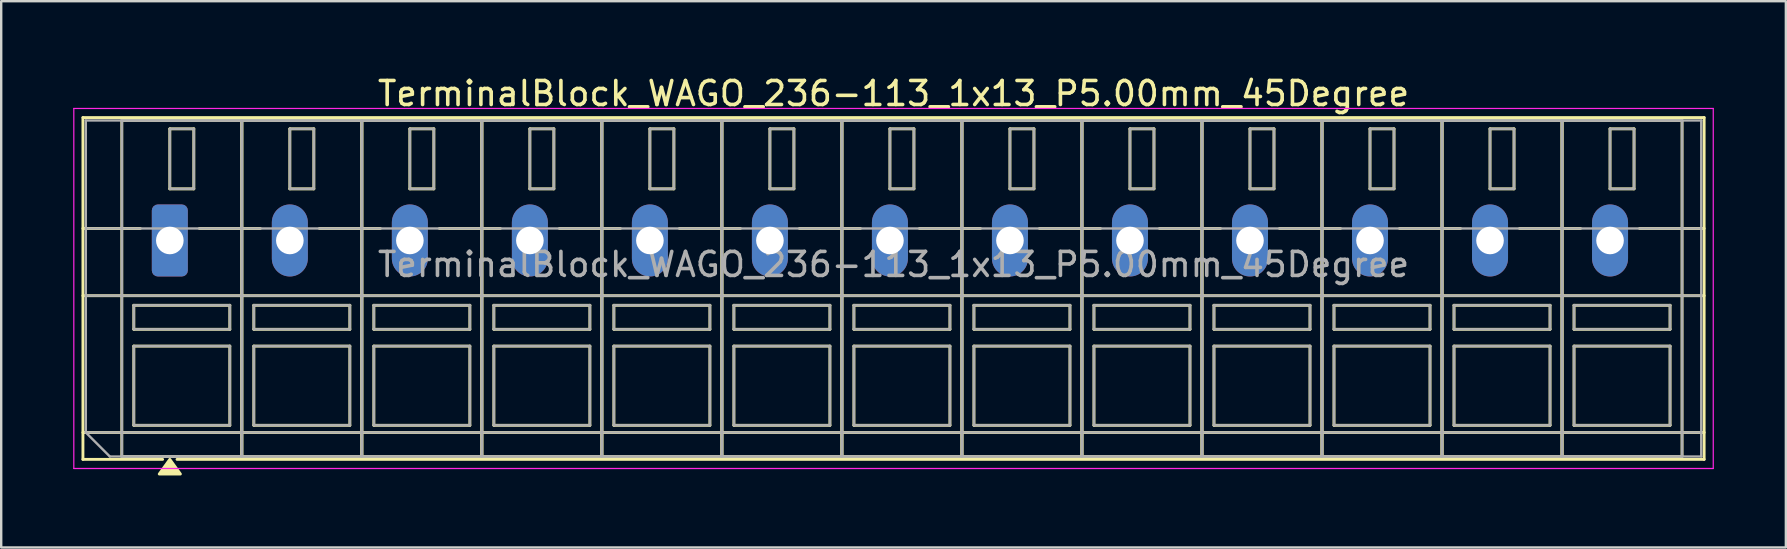
<source format=kicad_pcb>
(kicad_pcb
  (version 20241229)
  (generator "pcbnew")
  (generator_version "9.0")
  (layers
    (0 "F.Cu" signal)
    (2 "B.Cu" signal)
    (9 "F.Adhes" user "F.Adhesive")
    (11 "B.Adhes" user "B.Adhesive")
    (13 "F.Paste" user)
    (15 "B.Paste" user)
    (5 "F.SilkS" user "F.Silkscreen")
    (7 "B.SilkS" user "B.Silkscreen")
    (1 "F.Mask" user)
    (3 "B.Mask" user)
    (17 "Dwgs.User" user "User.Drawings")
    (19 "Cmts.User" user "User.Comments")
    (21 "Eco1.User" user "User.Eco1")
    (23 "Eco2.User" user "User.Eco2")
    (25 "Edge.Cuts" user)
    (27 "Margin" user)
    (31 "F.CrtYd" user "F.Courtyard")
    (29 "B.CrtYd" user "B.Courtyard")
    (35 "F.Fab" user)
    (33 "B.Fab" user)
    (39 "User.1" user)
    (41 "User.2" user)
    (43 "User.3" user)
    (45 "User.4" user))
  (footprint "TerminalBlock_WAGO_236-113_1x13_P5.00mm_45Degree"
    (layer "F.Cu")
    (at 4.025 6.968)
    (property "Reference" "TerminalBlock_WAGO_236-113_1x13_P5.00mm_45Degree" (at 30.15 -6.12 0) (layer "F.SilkS") (effects (font (size 1 1) (thickness 0.15))))
    (attr through_hole)
    (fp_line (start -3.62 -5.12) (end -3.62 9.12) (stroke (width 0.12) (type solid)) (layer "F.SilkS"))
    (fp_line (start -3.62 -5.12) (end 63.92 -5.12) (stroke (width 0.12) (type solid)) (layer "F.SilkS"))
    (fp_line (start -3.62 -0.5) (end -1.23 -0.5) (stroke (width 0.12) (type solid)) (layer "F.SilkS"))
    (fp_line (start -3.62 2.3) (end 63.92 2.3) (stroke (width 0.12) (type solid)) (layer "F.SilkS"))
    (fp_line (start -3.62 8) (end 63.92 8) (stroke (width 0.12) (type solid)) (layer "F.SilkS"))
    (fp_line (start -3.62 9.12) (end -0.3 9.12) (stroke (width 0.12) (type solid)) (layer "F.SilkS"))
    (fp_line (start -2 -5) (end -2 9) (stroke (width 0.12) (type solid)) (layer "F.SilkS"))
    (fp_line (start -2 -5) (end 3 -5) (stroke (width 0.12) (type solid)) (layer "F.SilkS"))
    (fp_line (start -2 9) (end 3 9) (stroke (width 0.12) (type solid)) (layer "F.SilkS"))
    (fp_line (start -1.5 2.7) (end -1.5 3.7) (stroke (width 0.12) (type solid)) (layer "F.SilkS"))
    (fp_line (start -1.5 2.7) (end 2.5 2.7) (stroke (width 0.12) (type solid)) (layer "F.SilkS"))
    (fp_line (start -1.5 3.7) (end 2.5 3.7) (stroke (width 0.12) (type solid)) (layer "F.SilkS"))
    (fp_line (start -1.5 4.4) (end -1.5 7.7) (stroke (width 0.12) (type solid)) (layer "F.SilkS"))
    (fp_line (start -1.5 4.4) (end 2.5 4.4) (stroke (width 0.12) (type solid)) (layer "F.SilkS"))
    (fp_line (start -1.5 7.7) (end 2.5 7.7) (stroke (width 0.12) (type solid)) (layer "F.SilkS"))
    (fp_line (start 0 -4.65) (end 0 -2.15) (stroke (width 0.12) (type solid)) (layer "F.SilkS"))
    (fp_line (start 0 -4.65) (end 1 -4.65) (stroke (width 0.12) (type solid)) (layer "F.SilkS"))
    (fp_line (start 0 -2.15) (end 1 -2.15) (stroke (width 0.12) (type solid)) (layer "F.SilkS"))
    (fp_line (start 0.3 9.12) (end 63.92 9.12) (stroke (width 0.12) (type solid)) (layer "F.SilkS"))
    (fp_line (start 1 -4.65) (end 1 -2.15) (stroke (width 0.12) (type solid)) (layer "F.SilkS"))
    (fp_line (start 1.23 -0.5) (end 3.77 -0.5) (stroke (width 0.12) (type solid)) (layer "F.SilkS"))
    (fp_line (start 2.5 2.7) (end 2.5 3.7) (stroke (width 0.12) (type solid)) (layer "F.SilkS"))
    (fp_line (start 2.5 4.4) (end 2.5 7.7) (stroke (width 0.12) (type solid)) (layer "F.SilkS"))
    (fp_line (start 3 -5) (end 3 9) (stroke (width 0.12) (type solid)) (layer "F.SilkS"))
    (fp_line (start 3 -5) (end 3 9) (stroke (width 0.12) (type solid)) (layer "F.SilkS"))
    (fp_line (start 3 -5) (end 8 -5) (stroke (width 0.12) (type solid)) (layer "F.SilkS"))
    (fp_line (start 3 9) (end 8 9) (stroke (width 0.12) (type solid)) (layer "F.SilkS"))
    (fp_line (start 3.5 2.7) (end 3.5 3.7) (stroke (width 0.12) (type solid)) (layer "F.SilkS"))
    (fp_line (start 3.5 2.7) (end 7.5 2.7) (stroke (width 0.12) (type solid)) (layer "F.SilkS"))
    (fp_line (start 3.5 3.7) (end 7.5 3.7) (stroke (width 0.12) (type solid)) (layer "F.SilkS"))
    (fp_line (start 3.5 4.4) (end 3.5 7.7) (stroke (width 0.12) (type solid)) (layer "F.SilkS"))
    (fp_line (start 3.5 4.4) (end 7.5 4.4) (stroke (width 0.12) (type solid)) (layer "F.SilkS"))
    (fp_line (start 3.5 7.7) (end 7.5 7.7) (stroke (width 0.12) (type solid)) (layer "F.SilkS"))
    (fp_line (start 5 -4.65) (end 5 -2.15) (stroke (width 0.12) (type solid)) (layer "F.SilkS"))
    (fp_line (start 5 -4.65) (end 6 -4.65) (stroke (width 0.12) (type solid)) (layer "F.SilkS"))
    (fp_line (start 5 -2.15) (end 6 -2.15) (stroke (width 0.12) (type solid)) (layer "F.SilkS"))
    (fp_line (start 6 -4.65) (end 6 -2.15) (stroke (width 0.12) (type solid)) (layer "F.SilkS"))
    (fp_line (start 6.23 -0.5) (end 8.77 -0.5) (stroke (width 0.12) (type solid)) (layer "F.SilkS"))
    (fp_line (start 7.5 2.7) (end 7.5 3.7) (stroke (width 0.12) (type solid)) (layer "F.SilkS"))
    (fp_line (start 7.5 4.4) (end 7.5 7.7) (stroke (width 0.12) (type solid)) (layer "F.SilkS"))
    (fp_line (start 8 -5) (end 8 9) (stroke (width 0.12) (type solid)) (layer "F.SilkS"))
    (fp_line (start 8 -5) (end 8 9) (stroke (width 0.12) (type solid)) (layer "F.SilkS"))
    (fp_line (start 8 -5) (end 13 -5) (stroke (width 0.12) (type solid)) (layer "F.SilkS"))
    (fp_line (start 8 9) (end 13 9) (stroke (width 0.12) (type solid)) (layer "F.SilkS"))
    (fp_line (start 8.5 2.7) (end 8.5 3.7) (stroke (width 0.12) (type solid)) (layer "F.SilkS"))
    (fp_line (start 8.5 2.7) (end 12.5 2.7) (stroke (width 0.12) (type solid)) (layer "F.SilkS"))
    (fp_line (start 8.5 3.7) (end 12.5 3.7) (stroke (width 0.12) (type solid)) (layer "F.SilkS"))
    (fp_line (start 8.5 4.4) (end 8.5 7.7) (stroke (width 0.12) (type solid)) (layer "F.SilkS"))
    (fp_line (start 8.5 4.4) (end 12.5 4.4) (stroke (width 0.12) (type solid)) (layer "F.SilkS"))
    (fp_line (start 8.5 7.7) (end 12.5 7.7) (stroke (width 0.12) (type solid)) (layer "F.SilkS"))
    (fp_line (start 10 -4.65) (end 10 -2.15) (stroke (width 0.12) (type solid)) (layer "F.SilkS"))
    (fp_line (start 10 -4.65) (end 11 -4.65) (stroke (width 0.12) (type solid)) (layer "F.SilkS"))
    (fp_line (start 10 -2.15) (end 11 -2.15) (stroke (width 0.12) (type solid)) (layer "F.SilkS"))
    (fp_line (start 11 -4.65) (end 11 -2.15) (stroke (width 0.12) (type solid)) (layer "F.SilkS"))
    (fp_line (start 11.23 -0.5) (end 13.77 -0.5) (stroke (width 0.12) (type solid)) (layer "F.SilkS"))
    (fp_line (start 12.5 2.7) (end 12.5 3.7) (stroke (width 0.12) (type solid)) (layer "F.SilkS"))
    (fp_line (start 12.5 4.4) (end 12.5 7.7) (stroke (width 0.12) (type solid)) (layer "F.SilkS"))
    (fp_line (start 13 -5) (end 13 9) (stroke (width 0.12) (type solid)) (layer "F.SilkS"))
    (fp_line (start 13 -5) (end 13 9) (stroke (width 0.12) (type solid)) (layer "F.SilkS"))
    (fp_line (start 13 -5) (end 18 -5) (stroke (width 0.12) (type solid)) (layer "F.SilkS"))
    (fp_line (start 13 9) (end 18 9) (stroke (width 0.12) (type solid)) (layer "F.SilkS"))
    (fp_line (start 13.5 2.7) (end 13.5 3.7) (stroke (width 0.12) (type solid)) (layer "F.SilkS"))
    (fp_line (start 13.5 2.7) (end 17.5 2.7) (stroke (width 0.12) (type solid)) (layer "F.SilkS"))
    (fp_line (start 13.5 3.7) (end 17.5 3.7) (stroke (width 0.12) (type solid)) (layer "F.SilkS"))
    (fp_line (start 13.5 4.4) (end 13.5 7.7) (stroke (width 0.12) (type solid)) (layer "F.SilkS"))
    (fp_line (start 13.5 4.4) (end 17.5 4.4) (stroke (width 0.12) (type solid)) (layer "F.SilkS"))
    (fp_line (start 13.5 7.7) (end 17.5 7.7) (stroke (width 0.12) (type solid)) (layer "F.SilkS"))
    (fp_line (start 15 -4.65) (end 15 -2.15) (stroke (width 0.12) (type solid)) (layer "F.SilkS"))
    (fp_line (start 15 -4.65) (end 16 -4.65) (stroke (width 0.12) (type solid)) (layer "F.SilkS"))
    (fp_line (start 15 -2.15) (end 16 -2.15) (stroke (width 0.12) (type solid)) (layer "F.SilkS"))
    (fp_line (start 16 -4.65) (end 16 -2.15) (stroke (width 0.12) (type solid)) (layer "F.SilkS"))
    (fp_line (start 16.23 -0.5) (end 18.77 -0.5) (stroke (width 0.12) (type solid)) (layer "F.SilkS"))
    (fp_line (start 17.5 2.7) (end 17.5 3.7) (stroke (width 0.12) (type solid)) (layer "F.SilkS"))
    (fp_line (start 17.5 4.4) (end 17.5 7.7) (stroke (width 0.12) (type solid)) (layer "F.SilkS"))
    (fp_line (start 18 -5) (end 18 9) (stroke (width 0.12) (type solid)) (layer "F.SilkS"))
    (fp_line (start 18 -5) (end 18 9) (stroke (width 0.12) (type solid)) (layer "F.SilkS"))
    (fp_line (start 18 -5) (end 23 -5) (stroke (width 0.12) (type solid)) (layer "F.SilkS"))
    (fp_line (start 18 9) (end 23 9) (stroke (width 0.12) (type solid)) (layer "F.SilkS"))
    (fp_line (start 18.5 2.7) (end 18.5 3.7) (stroke (width 0.12) (type solid)) (layer "F.SilkS"))
    (fp_line (start 18.5 2.7) (end 22.5 2.7) (stroke (width 0.12) (type solid)) (layer "F.SilkS"))
    (fp_line (start 18.5 3.7) (end 22.5 3.7) (stroke (width 0.12) (type solid)) (layer "F.SilkS"))
    (fp_line (start 18.5 4.4) (end 18.5 7.7) (stroke (width 0.12) (type solid)) (layer "F.SilkS"))
    (fp_line (start 18.5 4.4) (end 22.5 4.4) (stroke (width 0.12) (type solid)) (layer "F.SilkS"))
    (fp_line (start 18.5 7.7) (end 22.5 7.7) (stroke (width 0.12) (type solid)) (layer "F.SilkS"))
    (fp_line (start 20 -4.65) (end 20 -2.15) (stroke (width 0.12) (type solid)) (layer "F.SilkS"))
    (fp_line (start 20 -4.65) (end 21 -4.65) (stroke (width 0.12) (type solid)) (layer "F.SilkS"))
    (fp_line (start 20 -2.15) (end 21 -2.15) (stroke (width 0.12) (type solid)) (layer "F.SilkS"))
    (fp_line (start 21 -4.65) (end 21 -2.15) (stroke (width 0.12) (type solid)) (layer "F.SilkS"))
    (fp_line (start 21.23 -0.5) (end 23.77 -0.5) (stroke (width 0.12) (type solid)) (layer "F.SilkS"))
    (fp_line (start 22.5 2.7) (end 22.5 3.7) (stroke (width 0.12) (type solid)) (layer "F.SilkS"))
    (fp_line (start 22.5 4.4) (end 22.5 7.7) (stroke (width 0.12) (type solid)) (layer "F.SilkS"))
    (fp_line (start 23 -5) (end 23 9) (stroke (width 0.12) (type solid)) (layer "F.SilkS"))
    (fp_line (start 23 -5) (end 23 9) (stroke (width 0.12) (type solid)) (layer "F.SilkS"))
    (fp_line (start 23 -5) (end 28 -5) (stroke (width 0.12) (type solid)) (layer "F.SilkS"))
    (fp_line (start 23 9) (end 28 9) (stroke (width 0.12) (type solid)) (layer "F.SilkS"))
    (fp_line (start 23.5 2.7) (end 23.5 3.7) (stroke (width 0.12) (type solid)) (layer "F.SilkS"))
    (fp_line (start 23.5 2.7) (end 27.5 2.7) (stroke (width 0.12) (type solid)) (layer "F.SilkS"))
    (fp_line (start 23.5 3.7) (end 27.5 3.7) (stroke (width 0.12) (type solid)) (layer "F.SilkS"))
    (fp_line (start 23.5 4.4) (end 23.5 7.7) (stroke (width 0.12) (type solid)) (layer "F.SilkS"))
    (fp_line (start 23.5 4.4) (end 27.5 4.4) (stroke (width 0.12) (type solid)) (layer "F.SilkS"))
    (fp_line (start 23.5 7.7) (end 27.5 7.7) (stroke (width 0.12) (type solid)) (layer "F.SilkS"))
    (fp_line (start 25 -4.65) (end 25 -2.15) (stroke (width 0.12) (type solid)) (layer "F.SilkS"))
    (fp_line (start 25 -4.65) (end 26 -4.65) (stroke (width 0.12) (type solid)) (layer "F.SilkS"))
    (fp_line (start 25 -2.15) (end 26 -2.15) (stroke (width 0.12) (type solid)) (layer "F.SilkS"))
    (fp_line (start 26 -4.65) (end 26 -2.15) (stroke (width 0.12) (type solid)) (layer "F.SilkS"))
    (fp_line (start 26.23 -0.5) (end 28.77 -0.5) (stroke (width 0.12) (type solid)) (layer "F.SilkS"))
    (fp_line (start 27.5 2.7) (end 27.5 3.7) (stroke (width 0.12) (type solid)) (layer "F.SilkS"))
    (fp_line (start 27.5 4.4) (end 27.5 7.7) (stroke (width 0.12) (type solid)) (layer "F.SilkS"))
    (fp_line (start 28 -5) (end 28 9) (stroke (width 0.12) (type solid)) (layer "F.SilkS"))
    (fp_line (start 28 -5) (end 28 9) (stroke (width 0.12) (type solid)) (layer "F.SilkS"))
    (fp_line (start 28 -5) (end 33 -5) (stroke (width 0.12) (type solid)) (layer "F.SilkS"))
    (fp_line (start 28 9) (end 33 9) (stroke (width 0.12) (type solid)) (layer "F.SilkS"))
    (fp_line (start 28.5 2.7) (end 28.5 3.7) (stroke (width 0.12) (type solid)) (layer "F.SilkS"))
    (fp_line (start 28.5 2.7) (end 32.5 2.7) (stroke (width 0.12) (type solid)) (layer "F.SilkS"))
    (fp_line (start 28.5 3.7) (end 32.5 3.7) (stroke (width 0.12) (type solid)) (layer "F.SilkS"))
    (fp_line (start 28.5 4.4) (end 28.5 7.7) (stroke (width 0.12) (type solid)) (layer "F.SilkS"))
    (fp_line (start 28.5 4.4) (end 32.5 4.4) (stroke (width 0.12) (type solid)) (layer "F.SilkS"))
    (fp_line (start 28.5 7.7) (end 32.5 7.7) (stroke (width 0.12) (type solid)) (layer "F.SilkS"))
    (fp_line (start 30 -4.65) (end 30 -2.15) (stroke (width 0.12) (type solid)) (layer "F.SilkS"))
    (fp_line (start 30 -4.65) (end 31 -4.65) (stroke (width 0.12) (type solid)) (layer "F.SilkS"))
    (fp_line (start 30 -2.15) (end 31 -2.15) (stroke (width 0.12) (type solid)) (layer "F.SilkS"))
    (fp_line (start 31 -4.65) (end 31 -2.15) (stroke (width 0.12) (type solid)) (layer "F.SilkS"))
    (fp_line (start 31.23 -0.5) (end 33.77 -0.5) (stroke (width 0.12) (type solid)) (layer "F.SilkS"))
    (fp_line (start 32.5 2.7) (end 32.5 3.7) (stroke (width 0.12) (type solid)) (layer "F.SilkS"))
    (fp_line (start 32.5 4.4) (end 32.5 7.7) (stroke (width 0.12) (type solid)) (layer "F.SilkS"))
    (fp_line (start 33 -5) (end 33 9) (stroke (width 0.12) (type solid)) (layer "F.SilkS"))
    (fp_line (start 33 -5) (end 33 9) (stroke (width 0.12) (type solid)) (layer "F.SilkS"))
    (fp_line (start 33 -5) (end 38 -5) (stroke (width 0.12) (type solid)) (layer "F.SilkS"))
    (fp_line (start 33 9) (end 38 9) (stroke (width 0.12) (type solid)) (layer "F.SilkS"))
    (fp_line (start 33.5 2.7) (end 33.5 3.7) (stroke (width 0.12) (type solid)) (layer "F.SilkS"))
    (fp_line (start 33.5 2.7) (end 37.5 2.7) (stroke (width 0.12) (type solid)) (layer "F.SilkS"))
    (fp_line (start 33.5 3.7) (end 37.5 3.7) (stroke (width 0.12) (type solid)) (layer "F.SilkS"))
    (fp_line (start 33.5 4.4) (end 33.5 7.7) (stroke (width 0.12) (type solid)) (layer "F.SilkS"))
    (fp_line (start 33.5 4.4) (end 37.5 4.4) (stroke (width 0.12) (type solid)) (layer "F.SilkS"))
    (fp_line (start 33.5 7.7) (end 37.5 7.7) (stroke (width 0.12) (type solid)) (layer "F.SilkS"))
    (fp_line (start 35 -4.65) (end 35 -2.15) (stroke (width 0.12) (type solid)) (layer "F.SilkS"))
    (fp_line (start 35 -4.65) (end 36 -4.65) (stroke (width 0.12) (type solid)) (layer "F.SilkS"))
    (fp_line (start 35 -2.15) (end 36 -2.15) (stroke (width 0.12) (type solid)) (layer "F.SilkS"))
    (fp_line (start 36 -4.65) (end 36 -2.15) (stroke (width 0.12) (type solid)) (layer "F.SilkS"))
    (fp_line (start 36.23 -0.5) (end 38.77 -0.5) (stroke (width 0.12) (type solid)) (layer "F.SilkS"))
    (fp_line (start 37.5 2.7) (end 37.5 3.7) (stroke (width 0.12) (type solid)) (layer "F.SilkS"))
    (fp_line (start 37.5 4.4) (end 37.5 7.7) (stroke (width 0.12) (type solid)) (layer "F.SilkS"))
    (fp_line (start 38 -5) (end 38 9) (stroke (width 0.12) (type solid)) (layer "F.SilkS"))
    (fp_line (start 38 -5) (end 38 9) (stroke (width 0.12) (type solid)) (layer "F.SilkS"))
    (fp_line (start 38 -5) (end 43 -5) (stroke (width 0.12) (type solid)) (layer "F.SilkS"))
    (fp_line (start 38 9) (end 43 9) (stroke (width 0.12) (type solid)) (layer "F.SilkS"))
    (fp_line (start 38.5 2.7) (end 38.5 3.7) (stroke (width 0.12) (type solid)) (layer "F.SilkS"))
    (fp_line (start 38.5 2.7) (end 42.5 2.7) (stroke (width 0.12) (type solid)) (layer "F.SilkS"))
    (fp_line (start 38.5 3.7) (end 42.5 3.7) (stroke (width 0.12) (type solid)) (layer "F.SilkS"))
    (fp_line (start 38.5 4.4) (end 38.5 7.7) (stroke (width 0.12) (type solid)) (layer "F.SilkS"))
    (fp_line (start 38.5 4.4) (end 42.5 4.4) (stroke (width 0.12) (type solid)) (layer "F.SilkS"))
    (fp_line (start 38.5 7.7) (end 42.5 7.7) (stroke (width 0.12) (type solid)) (layer "F.SilkS"))
    (fp_line (start 40 -4.65) (end 40 -2.15) (stroke (width 0.12) (type solid)) (layer "F.SilkS"))
    (fp_line (start 40 -4.65) (end 41 -4.65) (stroke (width 0.12) (type solid)) (layer "F.SilkS"))
    (fp_line (start 40 -2.15) (end 41 -2.15) (stroke (width 0.12) (type solid)) (layer "F.SilkS"))
    (fp_line (start 41 -4.65) (end 41 -2.15) (stroke (width 0.12) (type solid)) (layer "F.SilkS"))
    (fp_line (start 41.23 -0.5) (end 43.77 -0.5) (stroke (width 0.12) (type solid)) (layer "F.SilkS"))
    (fp_line (start 42.5 2.7) (end 42.5 3.7) (stroke (width 0.12) (type solid)) (layer "F.SilkS"))
    (fp_line (start 42.5 4.4) (end 42.5 7.7) (stroke (width 0.12) (type solid)) (layer "F.SilkS"))
    (fp_line (start 43 -5) (end 43 9) (stroke (width 0.12) (type solid)) (layer "F.SilkS"))
    (fp_line (start 43 -5) (end 43 9) (stroke (width 0.12) (type solid)) (layer "F.SilkS"))
    (fp_line (start 43 -5) (end 48 -5) (stroke (width 0.12) (type solid)) (layer "F.SilkS"))
    (fp_line (start 43 9) (end 48 9) (stroke (width 0.12) (type solid)) (layer "F.SilkS"))
    (fp_line (start 43.5 2.7) (end 43.5 3.7) (stroke (width 0.12) (type solid)) (layer "F.SilkS"))
    (fp_line (start 43.5 2.7) (end 47.5 2.7) (stroke (width 0.12) (type solid)) (layer "F.SilkS"))
    (fp_line (start 43.5 3.7) (end 47.5 3.7) (stroke (width 0.12) (type solid)) (layer "F.SilkS"))
    (fp_line (start 43.5 4.4) (end 43.5 7.7) (stroke (width 0.12) (type solid)) (layer "F.SilkS"))
    (fp_line (start 43.5 4.4) (end 47.5 4.4) (stroke (width 0.12) (type solid)) (layer "F.SilkS"))
    (fp_line (start 43.5 7.7) (end 47.5 7.7) (stroke (width 0.12) (type solid)) (layer "F.SilkS"))
    (fp_line (start 45 -4.65) (end 45 -2.15) (stroke (width 0.12) (type solid)) (layer "F.SilkS"))
    (fp_line (start 45 -4.65) (end 46 -4.65) (stroke (width 0.12) (type solid)) (layer "F.SilkS"))
    (fp_line (start 45 -2.15) (end 46 -2.15) (stroke (width 0.12) (type solid)) (layer "F.SilkS"))
    (fp_line (start 46 -4.65) (end 46 -2.15) (stroke (width 0.12) (type solid)) (layer "F.SilkS"))
    (fp_line (start 46.23 -0.5) (end 48.77 -0.5) (stroke (width 0.12) (type solid)) (layer "F.SilkS"))
    (fp_line (start 47.5 2.7) (end 47.5 3.7) (stroke (width 0.12) (type solid)) (layer "F.SilkS"))
    (fp_line (start 47.5 4.4) (end 47.5 7.7) (stroke (width 0.12) (type solid)) (layer "F.SilkS"))
    (fp_line (start 48 -5) (end 48 9) (stroke (width 0.12) (type solid)) (layer "F.SilkS"))
    (fp_line (start 48 -5) (end 48 9) (stroke (width 0.12) (type solid)) (layer "F.SilkS"))
    (fp_line (start 48 -5) (end 53 -5) (stroke (width 0.12) (type solid)) (layer "F.SilkS"))
    (fp_line (start 48 9) (end 53 9) (stroke (width 0.12) (type solid)) (layer "F.SilkS"))
    (fp_line (start 48.5 2.7) (end 48.5 3.7) (stroke (width 0.12) (type solid)) (layer "F.SilkS"))
    (fp_line (start 48.5 2.7) (end 52.5 2.7) (stroke (width 0.12) (type solid)) (layer "F.SilkS"))
    (fp_line (start 48.5 3.7) (end 52.5 3.7) (stroke (width 0.12) (type solid)) (layer "F.SilkS"))
    (fp_line (start 48.5 4.4) (end 48.5 7.7) (stroke (width 0.12) (type solid)) (layer "F.SilkS"))
    (fp_line (start 48.5 4.4) (end 52.5 4.4) (stroke (width 0.12) (type solid)) (layer "F.SilkS"))
    (fp_line (start 48.5 7.7) (end 52.5 7.7) (stroke (width 0.12) (type solid)) (layer "F.SilkS"))
    (fp_line (start 50 -4.65) (end 50 -2.15) (stroke (width 0.12) (type solid)) (layer "F.SilkS"))
    (fp_line (start 50 -4.65) (end 51 -4.65) (stroke (width 0.12) (type solid)) (layer "F.SilkS"))
    (fp_line (start 50 -2.15) (end 51 -2.15) (stroke (width 0.12) (type solid)) (layer "F.SilkS"))
    (fp_line (start 51 -4.65) (end 51 -2.15) (stroke (width 0.12) (type solid)) (layer "F.SilkS"))
    (fp_line (start 51.23 -0.5) (end 53.77 -0.5) (stroke (width 0.12) (type solid)) (layer "F.SilkS"))
    (fp_line (start 52.5 2.7) (end 52.5 3.7) (stroke (width 0.12) (type solid)) (layer "F.SilkS"))
    (fp_line (start 52.5 4.4) (end 52.5 7.7) (stroke (width 0.12) (type solid)) (layer "F.SilkS"))
    (fp_line (start 53 -5) (end 53 9) (stroke (width 0.12) (type solid)) (layer "F.SilkS"))
    (fp_line (start 53 -5) (end 53 9) (stroke (width 0.12) (type solid)) (layer "F.SilkS"))
    (fp_line (start 53 -5) (end 58 -5) (stroke (width 0.12) (type solid)) (layer "F.SilkS"))
    (fp_line (start 53 9) (end 58 9) (stroke (width 0.12) (type solid)) (layer "F.SilkS"))
    (fp_line (start 53.5 2.7) (end 53.5 3.7) (stroke (width 0.12) (type solid)) (layer "F.SilkS"))
    (fp_line (start 53.5 2.7) (end 57.5 2.7) (stroke (width 0.12) (type solid)) (layer "F.SilkS"))
    (fp_line (start 53.5 3.7) (end 57.5 3.7) (stroke (width 0.12) (type solid)) (layer "F.SilkS"))
    (fp_line (start 53.5 4.4) (end 53.5 7.7) (stroke (width 0.12) (type solid)) (layer "F.SilkS"))
    (fp_line (start 53.5 4.4) (end 57.5 4.4) (stroke (width 0.12) (type solid)) (layer "F.SilkS"))
    (fp_line (start 53.5 7.7) (end 57.5 7.7) (stroke (width 0.12) (type solid)) (layer "F.SilkS"))
    (fp_line (start 55 -4.65) (end 55 -2.15) (stroke (width 0.12) (type solid)) (layer "F.SilkS"))
    (fp_line (start 55 -4.65) (end 56 -4.65) (stroke (width 0.12) (type solid)) (layer "F.SilkS"))
    (fp_line (start 55 -2.15) (end 56 -2.15) (stroke (width 0.12) (type solid)) (layer "F.SilkS"))
    (fp_line (start 56 -4.65) (end 56 -2.15) (stroke (width 0.12) (type solid)) (layer "F.SilkS"))
    (fp_line (start 56.23 -0.5) (end 58.77 -0.5) (stroke (width 0.12) (type solid)) (layer "F.SilkS"))
    (fp_line (start 57.5 2.7) (end 57.5 3.7) (stroke (width 0.12) (type solid)) (layer "F.SilkS"))
    (fp_line (start 57.5 4.4) (end 57.5 7.7) (stroke (width 0.12) (type solid)) (layer "F.SilkS"))
    (fp_line (start 58 -5) (end 58 9) (stroke (width 0.12) (type solid)) (layer "F.SilkS"))
    (fp_line (start 58 -5) (end 58 9) (stroke (width 0.12) (type solid)) (layer "F.SilkS"))
    (fp_line (start 58 -5) (end 63 -5) (stroke (width 0.12) (type solid)) (layer "F.SilkS"))
    (fp_line (start 58 9) (end 63 9) (stroke (width 0.12) (type solid)) (layer "F.SilkS"))
    (fp_line (start 58.5 2.7) (end 58.5 3.7) (stroke (width 0.12) (type solid)) (layer "F.SilkS"))
    (fp_line (start 58.5 2.7) (end 62.5 2.7) (stroke (width 0.12) (type solid)) (layer "F.SilkS"))
    (fp_line (start 58.5 3.7) (end 62.5 3.7) (stroke (width 0.12) (type solid)) (layer "F.SilkS"))
    (fp_line (start 58.5 4.4) (end 58.5 7.7) (stroke (width 0.12) (type solid)) (layer "F.SilkS"))
    (fp_line (start 58.5 4.4) (end 62.5 4.4) (stroke (width 0.12) (type solid)) (layer "F.SilkS"))
    (fp_line (start 58.5 7.7) (end 62.5 7.7) (stroke (width 0.12) (type solid)) (layer "F.SilkS"))
    (fp_line (start 60 -4.65) (end 60 -2.15) (stroke (width 0.12) (type solid)) (layer "F.SilkS"))
    (fp_line (start 60 -4.65) (end 61 -4.65) (stroke (width 0.12) (type solid)) (layer "F.SilkS"))
    (fp_line (start 60 -2.15) (end 61 -2.15) (stroke (width 0.12) (type solid)) (layer "F.SilkS"))
    (fp_line (start 61 -4.65) (end 61 -2.15) (stroke (width 0.12) (type solid)) (layer "F.SilkS"))
    (fp_line (start 61.23 -0.5) (end 63.92 -0.5) (stroke (width 0.12) (type solid)) (layer "F.SilkS"))
    (fp_line (start 62.5 2.7) (end 62.5 3.7) (stroke (width 0.12) (type solid)) (layer "F.SilkS"))
    (fp_line (start 62.5 4.4) (end 62.5 7.7) (stroke (width 0.12) (type solid)) (layer "F.SilkS"))
    (fp_line (start 63 -5) (end 63 9) (stroke (width 0.12) (type solid)) (layer "F.SilkS"))
    (fp_line (start 63.92 -5.12) (end 63.92 9.12) (stroke (width 0.12) (type solid)) (layer "F.SilkS"))
    (fp_poly (pts (xy 0 9.12) (xy 0.44 9.73) (xy -0.44 9.73)) (stroke (width 0.12) (type solid)) (fill yes) (layer "F.SilkS"))
    (fp_line (start -4 -5.5) (end -4 9.5) (stroke (width 0.05) (type solid)) (layer "F.CrtYd"))
    (fp_line (start -4 9.5) (end 64.3 9.5) (stroke (width 0.05) (type solid)) (layer "F.CrtYd"))
    (fp_line (start 64.3 -5.5) (end -4 -5.5) (stroke (width 0.05) (type solid)) (layer "F.CrtYd"))
    (fp_line (start 64.3 9.5) (end 64.3 -5.5) (stroke (width 0.05) (type solid)) (layer "F.CrtYd"))
    (fp_line (start -3.5 -5) (end 63.8 -5) (stroke (width 0.1) (type solid)) (layer "F.Fab"))
    (fp_line (start -3.5 -0.5) (end 63.8 -0.5) (stroke (width 0.1) (type solid)) (layer "F.Fab"))
    (fp_line (start -3.5 2.3) (end 63.8 2.3) (stroke (width 0.1) (type solid)) (layer "F.Fab"))
    (fp_line (start -3.5 8) (end -3.5 -5) (stroke (width 0.1) (type solid)) (layer "F.Fab"))
    (fp_line (start -3.5 8) (end 63.8 8) (stroke (width 0.1) (type solid)) (layer "F.Fab"))
    (fp_line (start -2.5 9) (end -3.5 8) (stroke (width 0.1) (type solid)) (layer "F.Fab"))
    (fp_line (start -2 -5) (end -2 9) (stroke (width 0.1) (type solid)) (layer "F.Fab"))
    (fp_line (start -2 9) (end 3 9) (stroke (width 0.1) (type solid)) (layer "F.Fab"))
    (fp_line (start -1.5 2.7) (end -1.5 3.7) (stroke (width 0.1) (type solid)) (layer "F.Fab"))
    (fp_line (start -1.5 3.7) (end 2.5 3.7) (stroke (width 0.1) (type solid)) (layer "F.Fab"))
    (fp_line (start -1.5 4.4) (end -1.5 7.7) (stroke (width 0.1) (type solid)) (layer "F.Fab"))
    (fp_line (start -1.5 7.7) (end 2.5 7.7) (stroke (width 0.1) (type solid)) (layer "F.Fab"))
    (fp_line (start 0 -4.65) (end 0 -2.15) (stroke (width 0.1) (type solid)) (layer "F.Fab"))
    (fp_line (start 0 -2.15) (end 1 -2.15) (stroke (width 0.1) (type solid)) (layer "F.Fab"))
    (fp_line (start 1 -4.65) (end 0 -4.65) (stroke (width 0.1) (type solid)) (layer "F.Fab"))
    (fp_line (start 1 -2.15) (end 1 -4.65) (stroke (width 0.1) (type solid)) (layer "F.Fab"))
    (fp_line (start 2.5 2.7) (end -1.5 2.7) (stroke (width 0.1) (type solid)) (layer "F.Fab"))
    (fp_line (start 2.5 3.7) (end 2.5 2.7) (stroke (width 0.1) (type solid)) (layer "F.Fab"))
    (fp_line (start 2.5 4.4) (end -1.5 4.4) (stroke (width 0.1) (type solid)) (layer "F.Fab"))
    (fp_line (start 2.5 7.7) (end 2.5 4.4) (stroke (width 0.1) (type solid)) (layer "F.Fab"))
    (fp_line (start 3 -5) (end -2 -5) (stroke (width 0.1) (type solid)) (layer "F.Fab"))
    (fp_line (start 3 -5) (end 3 9) (stroke (width 0.1) (type solid)) (layer "F.Fab"))
    (fp_line (start 3 9) (end 3 -5) (stroke (width 0.1) (type solid)) (layer "F.Fab"))
    (fp_line (start 3 9) (end 8 9) (stroke (width 0.1) (type solid)) (layer "F.Fab"))
    (fp_line (start 3.5 2.7) (end 3.5 3.7) (stroke (width 0.1) (type solid)) (layer "F.Fab"))
    (fp_line (start 3.5 3.7) (end 7.5 3.7) (stroke (width 0.1) (type solid)) (layer "F.Fab"))
    (fp_line (start 3.5 4.4) (end 3.5 7.7) (stroke (width 0.1) (type solid)) (layer "F.Fab"))
    (fp_line (start 3.5 7.7) (end 7.5 7.7) (stroke (width 0.1) (type solid)) (layer "F.Fab"))
    (fp_line (start 5 -4.65) (end 5 -2.15) (stroke (width 0.1) (type solid)) (layer "F.Fab"))
    (fp_line (start 5 -2.15) (end 6 -2.15) (stroke (width 0.1) (type solid)) (layer "F.Fab"))
    (fp_line (start 6 -4.65) (end 5 -4.65) (stroke (width 0.1) (type solid)) (layer "F.Fab"))
    (fp_line (start 6 -2.15) (end 6 -4.65) (stroke (width 0.1) (type solid)) (layer "F.Fab"))
    (fp_line (start 7.5 2.7) (end 3.5 2.7) (stroke (width 0.1) (type solid)) (layer "F.Fab"))
    (fp_line (start 7.5 3.7) (end 7.5 2.7) (stroke (width 0.1) (type solid)) (layer "F.Fab"))
    (fp_line (start 7.5 4.4) (end 3.5 4.4) (stroke (width 0.1) (type solid)) (layer "F.Fab"))
    (fp_line (start 7.5 7.7) (end 7.5 4.4) (stroke (width 0.1) (type solid)) (layer "F.Fab"))
    (fp_line (start 8 -5) (end 3 -5) (stroke (width 0.1) (type solid)) (layer "F.Fab"))
    (fp_line (start 8 -5) (end 8 9) (stroke (width 0.1) (type solid)) (layer "F.Fab"))
    (fp_line (start 8 9) (end 8 -5) (stroke (width 0.1) (type solid)) (layer "F.Fab"))
    (fp_line (start 8 9) (end 13 9) (stroke (width 0.1) (type solid)) (layer "F.Fab"))
    (fp_line (start 8.5 2.7) (end 8.5 3.7) (stroke (width 0.1) (type solid)) (layer "F.Fab"))
    (fp_line (start 8.5 3.7) (end 12.5 3.7) (stroke (width 0.1) (type solid)) (layer "F.Fab"))
    (fp_line (start 8.5 4.4) (end 8.5 7.7) (stroke (width 0.1) (type solid)) (layer "F.Fab"))
    (fp_line (start 8.5 7.7) (end 12.5 7.7) (stroke (width 0.1) (type solid)) (layer "F.Fab"))
    (fp_line (start 10 -4.65) (end 10 -2.15) (stroke (width 0.1) (type solid)) (layer "F.Fab"))
    (fp_line (start 10 -2.15) (end 11 -2.15) (stroke (width 0.1) (type solid)) (layer "F.Fab"))
    (fp_line (start 11 -4.65) (end 10 -4.65) (stroke (width 0.1) (type solid)) (layer "F.Fab"))
    (fp_line (start 11 -2.15) (end 11 -4.65) (stroke (width 0.1) (type solid)) (layer "F.Fab"))
    (fp_line (start 12.5 2.7) (end 8.5 2.7) (stroke (width 0.1) (type solid)) (layer "F.Fab"))
    (fp_line (start 12.5 3.7) (end 12.5 2.7) (stroke (width 0.1) (type solid)) (layer "F.Fab"))
    (fp_line (start 12.5 4.4) (end 8.5 4.4) (stroke (width 0.1) (type solid)) (layer "F.Fab"))
    (fp_line (start 12.5 7.7) (end 12.5 4.4) (stroke (width 0.1) (type solid)) (layer "F.Fab"))
    (fp_line (start 13 -5) (end 8 -5) (stroke (width 0.1) (type solid)) (layer "F.Fab"))
    (fp_line (start 13 -5) (end 13 9) (stroke (width 0.1) (type solid)) (layer "F.Fab"))
    (fp_line (start 13 9) (end 13 -5) (stroke (width 0.1) (type solid)) (layer "F.Fab"))
    (fp_line (start 13 9) (end 18 9) (stroke (width 0.1) (type solid)) (layer "F.Fab"))
    (fp_line (start 13.5 2.7) (end 13.5 3.7) (stroke (width 0.1) (type solid)) (layer "F.Fab"))
    (fp_line (start 13.5 3.7) (end 17.5 3.7) (stroke (width 0.1) (type solid)) (layer "F.Fab"))
    (fp_line (start 13.5 4.4) (end 13.5 7.7) (stroke (width 0.1) (type solid)) (layer "F.Fab"))
    (fp_line (start 13.5 7.7) (end 17.5 7.7) (stroke (width 0.1) (type solid)) (layer "F.Fab"))
    (fp_line (start 15 -4.65) (end 15 -2.15) (stroke (width 0.1) (type solid)) (layer "F.Fab"))
    (fp_line (start 15 -2.15) (end 16 -2.15) (stroke (width 0.1) (type solid)) (layer "F.Fab"))
    (fp_line (start 16 -4.65) (end 15 -4.65) (stroke (width 0.1) (type solid)) (layer "F.Fab"))
    (fp_line (start 16 -2.15) (end 16 -4.65) (stroke (width 0.1) (type solid)) (layer "F.Fab"))
    (fp_line (start 17.5 2.7) (end 13.5 2.7) (stroke (width 0.1) (type solid)) (layer "F.Fab"))
    (fp_line (start 17.5 3.7) (end 17.5 2.7) (stroke (width 0.1) (type solid)) (layer "F.Fab"))
    (fp_line (start 17.5 4.4) (end 13.5 4.4) (stroke (width 0.1) (type solid)) (layer "F.Fab"))
    (fp_line (start 17.5 7.7) (end 17.5 4.4) (stroke (width 0.1) (type solid)) (layer "F.Fab"))
    (fp_line (start 18 -5) (end 13 -5) (stroke (width 0.1) (type solid)) (layer "F.Fab"))
    (fp_line (start 18 -5) (end 18 9) (stroke (width 0.1) (type solid)) (layer "F.Fab"))
    (fp_line (start 18 9) (end 18 -5) (stroke (width 0.1) (type solid)) (layer "F.Fab"))
    (fp_line (start 18 9) (end 23 9) (stroke (width 0.1) (type solid)) (layer "F.Fab"))
    (fp_line (start 18.5 2.7) (end 18.5 3.7) (stroke (width 0.1) (type solid)) (layer "F.Fab"))
    (fp_line (start 18.5 3.7) (end 22.5 3.7) (stroke (width 0.1) (type solid)) (layer "F.Fab"))
    (fp_line (start 18.5 4.4) (end 18.5 7.7) (stroke (width 0.1) (type solid)) (layer "F.Fab"))
    (fp_line (start 18.5 7.7) (end 22.5 7.7) (stroke (width 0.1) (type solid)) (layer "F.Fab"))
    (fp_line (start 20 -4.65) (end 20 -2.15) (stroke (width 0.1) (type solid)) (layer "F.Fab"))
    (fp_line (start 20 -2.15) (end 21 -2.15) (stroke (width 0.1) (type solid)) (layer "F.Fab"))
    (fp_line (start 21 -4.65) (end 20 -4.65) (stroke (width 0.1) (type solid)) (layer "F.Fab"))
    (fp_line (start 21 -2.15) (end 21 -4.65) (stroke (width 0.1) (type solid)) (layer "F.Fab"))
    (fp_line (start 22.5 2.7) (end 18.5 2.7) (stroke (width 0.1) (type solid)) (layer "F.Fab"))
    (fp_line (start 22.5 3.7) (end 22.5 2.7) (stroke (width 0.1) (type solid)) (layer "F.Fab"))
    (fp_line (start 22.5 4.4) (end 18.5 4.4) (stroke (width 0.1) (type solid)) (layer "F.Fab"))
    (fp_line (start 22.5 7.7) (end 22.5 4.4) (stroke (width 0.1) (type solid)) (layer "F.Fab"))
    (fp_line (start 23 -5) (end 18 -5) (stroke (width 0.1) (type solid)) (layer "F.Fab"))
    (fp_line (start 23 -5) (end 23 9) (stroke (width 0.1) (type solid)) (layer "F.Fab"))
    (fp_line (start 23 9) (end 23 -5) (stroke (width 0.1) (type solid)) (layer "F.Fab"))
    (fp_line (start 23 9) (end 28 9) (stroke (width 0.1) (type solid)) (layer "F.Fab"))
    (fp_line (start 23.5 2.7) (end 23.5 3.7) (stroke (width 0.1) (type solid)) (layer "F.Fab"))
    (fp_line (start 23.5 3.7) (end 27.5 3.7) (stroke (width 0.1) (type solid)) (layer "F.Fab"))
    (fp_line (start 23.5 4.4) (end 23.5 7.7) (stroke (width 0.1) (type solid)) (layer "F.Fab"))
    (fp_line (start 23.5 7.7) (end 27.5 7.7) (stroke (width 0.1) (type solid)) (layer "F.Fab"))
    (fp_line (start 25 -4.65) (end 25 -2.15) (stroke (width 0.1) (type solid)) (layer "F.Fab"))
    (fp_line (start 25 -2.15) (end 26 -2.15) (stroke (width 0.1) (type solid)) (layer "F.Fab"))
    (fp_line (start 26 -4.65) (end 25 -4.65) (stroke (width 0.1) (type solid)) (layer "F.Fab"))
    (fp_line (start 26 -2.15) (end 26 -4.65) (stroke (width 0.1) (type solid)) (layer "F.Fab"))
    (fp_line (start 27.5 2.7) (end 23.5 2.7) (stroke (width 0.1) (type solid)) (layer "F.Fab"))
    (fp_line (start 27.5 3.7) (end 27.5 2.7) (stroke (width 0.1) (type solid)) (layer "F.Fab"))
    (fp_line (start 27.5 4.4) (end 23.5 4.4) (stroke (width 0.1) (type solid)) (layer "F.Fab"))
    (fp_line (start 27.5 7.7) (end 27.5 4.4) (stroke (width 0.1) (type solid)) (layer "F.Fab"))
    (fp_line (start 28 -5) (end 23 -5) (stroke (width 0.1) (type solid)) (layer "F.Fab"))
    (fp_line (start 28 -5) (end 28 9) (stroke (width 0.1) (type solid)) (layer "F.Fab"))
    (fp_line (start 28 9) (end 28 -5) (stroke (width 0.1) (type solid)) (layer "F.Fab"))
    (fp_line (start 28 9) (end 33 9) (stroke (width 0.1) (type solid)) (layer "F.Fab"))
    (fp_line (start 28.5 2.7) (end 28.5 3.7) (stroke (width 0.1) (type solid)) (layer "F.Fab"))
    (fp_line (start 28.5 3.7) (end 32.5 3.7) (stroke (width 0.1) (type solid)) (layer "F.Fab"))
    (fp_line (start 28.5 4.4) (end 28.5 7.7) (stroke (width 0.1) (type solid)) (layer "F.Fab"))
    (fp_line (start 28.5 7.7) (end 32.5 7.7) (stroke (width 0.1) (type solid)) (layer "F.Fab"))
    (fp_line (start 30 -4.65) (end 30 -2.15) (stroke (width 0.1) (type solid)) (layer "F.Fab"))
    (fp_line (start 30 -2.15) (end 31 -2.15) (stroke (width 0.1) (type solid)) (layer "F.Fab"))
    (fp_line (start 31 -4.65) (end 30 -4.65) (stroke (width 0.1) (type solid)) (layer "F.Fab"))
    (fp_line (start 31 -2.15) (end 31 -4.65) (stroke (width 0.1) (type solid)) (layer "F.Fab"))
    (fp_line (start 32.5 2.7) (end 28.5 2.7) (stroke (width 0.1) (type solid)) (layer "F.Fab"))
    (fp_line (start 32.5 3.7) (end 32.5 2.7) (stroke (width 0.1) (type solid)) (layer "F.Fab"))
    (fp_line (start 32.5 4.4) (end 28.5 4.4) (stroke (width 0.1) (type solid)) (layer "F.Fab"))
    (fp_line (start 32.5 7.7) (end 32.5 4.4) (stroke (width 0.1) (type solid)) (layer "F.Fab"))
    (fp_line (start 33 -5) (end 28 -5) (stroke (width 0.1) (type solid)) (layer "F.Fab"))
    (fp_line (start 33 -5) (end 33 9) (stroke (width 0.1) (type solid)) (layer "F.Fab"))
    (fp_line (start 33 9) (end 33 -5) (stroke (width 0.1) (type solid)) (layer "F.Fab"))
    (fp_line (start 33 9) (end 38 9) (stroke (width 0.1) (type solid)) (layer "F.Fab"))
    (fp_line (start 33.5 2.7) (end 33.5 3.7) (stroke (width 0.1) (type solid)) (layer "F.Fab"))
    (fp_line (start 33.5 3.7) (end 37.5 3.7) (stroke (width 0.1) (type solid)) (layer "F.Fab"))
    (fp_line (start 33.5 4.4) (end 33.5 7.7) (stroke (width 0.1) (type solid)) (layer "F.Fab"))
    (fp_line (start 33.5 7.7) (end 37.5 7.7) (stroke (width 0.1) (type solid)) (layer "F.Fab"))
    (fp_line (start 35 -4.65) (end 35 -2.15) (stroke (width 0.1) (type solid)) (layer "F.Fab"))
    (fp_line (start 35 -2.15) (end 36 -2.15) (stroke (width 0.1) (type solid)) (layer "F.Fab"))
    (fp_line (start 36 -4.65) (end 35 -4.65) (stroke (width 0.1) (type solid)) (layer "F.Fab"))
    (fp_line (start 36 -2.15) (end 36 -4.65) (stroke (width 0.1) (type solid)) (layer "F.Fab"))
    (fp_line (start 37.5 2.7) (end 33.5 2.7) (stroke (width 0.1) (type solid)) (layer "F.Fab"))
    (fp_line (start 37.5 3.7) (end 37.5 2.7) (stroke (width 0.1) (type solid)) (layer "F.Fab"))
    (fp_line (start 37.5 4.4) (end 33.5 4.4) (stroke (width 0.1) (type solid)) (layer "F.Fab"))
    (fp_line (start 37.5 7.7) (end 37.5 4.4) (stroke (width 0.1) (type solid)) (layer "F.Fab"))
    (fp_line (start 38 -5) (end 33 -5) (stroke (width 0.1) (type solid)) (layer "F.Fab"))
    (fp_line (start 38 -5) (end 38 9) (stroke (width 0.1) (type solid)) (layer "F.Fab"))
    (fp_line (start 38 9) (end 38 -5) (stroke (width 0.1) (type solid)) (layer "F.Fab"))
    (fp_line (start 38 9) (end 43 9) (stroke (width 0.1) (type solid)) (layer "F.Fab"))
    (fp_line (start 38.5 2.7) (end 38.5 3.7) (stroke (width 0.1) (type solid)) (layer "F.Fab"))
    (fp_line (start 38.5 3.7) (end 42.5 3.7) (stroke (width 0.1) (type solid)) (layer "F.Fab"))
    (fp_line (start 38.5 4.4) (end 38.5 7.7) (stroke (width 0.1) (type solid)) (layer "F.Fab"))
    (fp_line (start 38.5 7.7) (end 42.5 7.7) (stroke (width 0.1) (type solid)) (layer "F.Fab"))
    (fp_line (start 40 -4.65) (end 40 -2.15) (stroke (width 0.1) (type solid)) (layer "F.Fab"))
    (fp_line (start 40 -2.15) (end 41 -2.15) (stroke (width 0.1) (type solid)) (layer "F.Fab"))
    (fp_line (start 41 -4.65) (end 40 -4.65) (stroke (width 0.1) (type solid)) (layer "F.Fab"))
    (fp_line (start 41 -2.15) (end 41 -4.65) (stroke (width 0.1) (type solid)) (layer "F.Fab"))
    (fp_line (start 42.5 2.7) (end 38.5 2.7) (stroke (width 0.1) (type solid)) (layer "F.Fab"))
    (fp_line (start 42.5 3.7) (end 42.5 2.7) (stroke (width 0.1) (type solid)) (layer "F.Fab"))
    (fp_line (start 42.5 4.4) (end 38.5 4.4) (stroke (width 0.1) (type solid)) (layer "F.Fab"))
    (fp_line (start 42.5 7.7) (end 42.5 4.4) (stroke (width 0.1) (type solid)) (layer "F.Fab"))
    (fp_line (start 43 -5) (end 38 -5) (stroke (width 0.1) (type solid)) (layer "F.Fab"))
    (fp_line (start 43 -5) (end 43 9) (stroke (width 0.1) (type solid)) (layer "F.Fab"))
    (fp_line (start 43 9) (end 43 -5) (stroke (width 0.1) (type solid)) (layer "F.Fab"))
    (fp_line (start 43 9) (end 48 9) (stroke (width 0.1) (type solid)) (layer "F.Fab"))
    (fp_line (start 43.5 2.7) (end 43.5 3.7) (stroke (width 0.1) (type solid)) (layer "F.Fab"))
    (fp_line (start 43.5 3.7) (end 47.5 3.7) (stroke (width 0.1) (type solid)) (layer "F.Fab"))
    (fp_line (start 43.5 4.4) (end 43.5 7.7) (stroke (width 0.1) (type solid)) (layer "F.Fab"))
    (fp_line (start 43.5 7.7) (end 47.5 7.7) (stroke (width 0.1) (type solid)) (layer "F.Fab"))
    (fp_line (start 45 -4.65) (end 45 -2.15) (stroke (width 0.1) (type solid)) (layer "F.Fab"))
    (fp_line (start 45 -2.15) (end 46 -2.15) (stroke (width 0.1) (type solid)) (layer "F.Fab"))
    (fp_line (start 46 -4.65) (end 45 -4.65) (stroke (width 0.1) (type solid)) (layer "F.Fab"))
    (fp_line (start 46 -2.15) (end 46 -4.65) (stroke (width 0.1) (type solid)) (layer "F.Fab"))
    (fp_line (start 47.5 2.7) (end 43.5 2.7) (stroke (width 0.1) (type solid)) (layer "F.Fab"))
    (fp_line (start 47.5 3.7) (end 47.5 2.7) (stroke (width 0.1) (type solid)) (layer "F.Fab"))
    (fp_line (start 47.5 4.4) (end 43.5 4.4) (stroke (width 0.1) (type solid)) (layer "F.Fab"))
    (fp_line (start 47.5 7.7) (end 47.5 4.4) (stroke (width 0.1) (type solid)) (layer "F.Fab"))
    (fp_line (start 48 -5) (end 43 -5) (stroke (width 0.1) (type solid)) (layer "F.Fab"))
    (fp_line (start 48 -5) (end 48 9) (stroke (width 0.1) (type solid)) (layer "F.Fab"))
    (fp_line (start 48 9) (end 48 -5) (stroke (width 0.1) (type solid)) (layer "F.Fab"))
    (fp_line (start 48 9) (end 53 9) (stroke (width 0.1) (type solid)) (layer "F.Fab"))
    (fp_line (start 48.5 2.7) (end 48.5 3.7) (stroke (width 0.1) (type solid)) (layer "F.Fab"))
    (fp_line (start 48.5 3.7) (end 52.5 3.7) (stroke (width 0.1) (type solid)) (layer "F.Fab"))
    (fp_line (start 48.5 4.4) (end 48.5 7.7) (stroke (width 0.1) (type solid)) (layer "F.Fab"))
    (fp_line (start 48.5 7.7) (end 52.5 7.7) (stroke (width 0.1) (type solid)) (layer "F.Fab"))
    (fp_line (start 50 -4.65) (end 50 -2.15) (stroke (width 0.1) (type solid)) (layer "F.Fab"))
    (fp_line (start 50 -2.15) (end 51 -2.15) (stroke (width 0.1) (type solid)) (layer "F.Fab"))
    (fp_line (start 51 -4.65) (end 50 -4.65) (stroke (width 0.1) (type solid)) (layer "F.Fab"))
    (fp_line (start 51 -2.15) (end 51 -4.65) (stroke (width 0.1) (type solid)) (layer "F.Fab"))
    (fp_line (start 52.5 2.7) (end 48.5 2.7) (stroke (width 0.1) (type solid)) (layer "F.Fab"))
    (fp_line (start 52.5 3.7) (end 52.5 2.7) (stroke (width 0.1) (type solid)) (layer "F.Fab"))
    (fp_line (start 52.5 4.4) (end 48.5 4.4) (stroke (width 0.1) (type solid)) (layer "F.Fab"))
    (fp_line (start 52.5 7.7) (end 52.5 4.4) (stroke (width 0.1) (type solid)) (layer "F.Fab"))
    (fp_line (start 53 -5) (end 48 -5) (stroke (width 0.1) (type solid)) (layer "F.Fab"))
    (fp_line (start 53 -5) (end 53 9) (stroke (width 0.1) (type solid)) (layer "F.Fab"))
    (fp_line (start 53 9) (end 53 -5) (stroke (width 0.1) (type solid)) (layer "F.Fab"))
    (fp_line (start 53 9) (end 58 9) (stroke (width 0.1) (type solid)) (layer "F.Fab"))
    (fp_line (start 53.5 2.7) (end 53.5 3.7) (stroke (width 0.1) (type solid)) (layer "F.Fab"))
    (fp_line (start 53.5 3.7) (end 57.5 3.7) (stroke (width 0.1) (type solid)) (layer "F.Fab"))
    (fp_line (start 53.5 4.4) (end 53.5 7.7) (stroke (width 0.1) (type solid)) (layer "F.Fab"))
    (fp_line (start 53.5 7.7) (end 57.5 7.7) (stroke (width 0.1) (type solid)) (layer "F.Fab"))
    (fp_line (start 55 -4.65) (end 55 -2.15) (stroke (width 0.1) (type solid)) (layer "F.Fab"))
    (fp_line (start 55 -2.15) (end 56 -2.15) (stroke (width 0.1) (type solid)) (layer "F.Fab"))
    (fp_line (start 56 -4.65) (end 55 -4.65) (stroke (width 0.1) (type solid)) (layer "F.Fab"))
    (fp_line (start 56 -2.15) (end 56 -4.65) (stroke (width 0.1) (type solid)) (layer "F.Fab"))
    (fp_line (start 57.5 2.7) (end 53.5 2.7) (stroke (width 0.1) (type solid)) (layer "F.Fab"))
    (fp_line (start 57.5 3.7) (end 57.5 2.7) (stroke (width 0.1) (type solid)) (layer "F.Fab"))
    (fp_line (start 57.5 4.4) (end 53.5 4.4) (stroke (width 0.1) (type solid)) (layer "F.Fab"))
    (fp_line (start 57.5 7.7) (end 57.5 4.4) (stroke (width 0.1) (type solid)) (layer "F.Fab"))
    (fp_line (start 58 -5) (end 53 -5) (stroke (width 0.1) (type solid)) (layer "F.Fab"))
    (fp_line (start 58 -5) (end 58 9) (stroke (width 0.1) (type solid)) (layer "F.Fab"))
    (fp_line (start 58 9) (end 58 -5) (stroke (width 0.1) (type solid)) (layer "F.Fab"))
    (fp_line (start 58 9) (end 63 9) (stroke (width 0.1) (type solid)) (layer "F.Fab"))
    (fp_line (start 58.5 2.7) (end 58.5 3.7) (stroke (width 0.1) (type solid)) (layer "F.Fab"))
    (fp_line (start 58.5 3.7) (end 62.5 3.7) (stroke (width 0.1) (type solid)) (layer "F.Fab"))
    (fp_line (start 58.5 4.4) (end 58.5 7.7) (stroke (width 0.1) (type solid)) (layer "F.Fab"))
    (fp_line (start 58.5 7.7) (end 62.5 7.7) (stroke (width 0.1) (type solid)) (layer "F.Fab"))
    (fp_line (start 60 -4.65) (end 60 -2.15) (stroke (width 0.1) (type solid)) (layer "F.Fab"))
    (fp_line (start 60 -2.15) (end 61 -2.15) (stroke (width 0.1) (type solid)) (layer "F.Fab"))
    (fp_line (start 61 -4.65) (end 60 -4.65) (stroke (width 0.1) (type solid)) (layer "F.Fab"))
    (fp_line (start 61 -2.15) (end 61 -4.65) (stroke (width 0.1) (type solid)) (layer "F.Fab"))
    (fp_line (start 62.5 2.7) (end 58.5 2.7) (stroke (width 0.1) (type solid)) (layer "F.Fab"))
    (fp_line (start 62.5 3.7) (end 62.5 2.7) (stroke (width 0.1) (type solid)) (layer "F.Fab"))
    (fp_line (start 62.5 4.4) (end 58.5 4.4) (stroke (width 0.1) (type solid)) (layer "F.Fab"))
    (fp_line (start 62.5 7.7) (end 62.5 4.4) (stroke (width 0.1) (type solid)) (layer "F.Fab"))
    (fp_line (start 63 -5) (end 58 -5) (stroke (width 0.1) (type solid)) (layer "F.Fab"))
    (fp_line (start 63 9) (end 63 -5) (stroke (width 0.1) (type solid)) (layer "F.Fab"))
    (fp_line (start 63.8 -5) (end 63.8 9) (stroke (width 0.1) (type solid)) (layer "F.Fab"))
    (fp_line (start 63.8 9) (end -2.5 9) (stroke (width 0.1) (type solid)) (layer "F.Fab"))
    (fp_text user "${REFERENCE}" (at 30.15 1 0) (layer "F.Fab") (effects (font (size 1 1) (thickness 0.15))))
    (pad "1" thru_hole roundrect (at 0 0) (size 1.5 3) (drill 1.15) (layers "*.Cu" "*.Mask") (roundrect_rratio 0.167))
    (pad "2" thru_hole oval (at 5 0) (size 1.5 3) (drill 1.15) (layers "*.Cu" "*.Mask"))
    (pad "3" thru_hole oval (at 10 0) (size 1.5 3) (drill 1.15) (layers "*.Cu" "*.Mask"))
    (pad "4" thru_hole oval (at 15 0) (size 1.5 3) (drill 1.15) (layers "*.Cu" "*.Mask"))
    (pad "5" thru_hole oval (at 20 0) (size 1.5 3) (drill 1.15) (layers "*.Cu" "*.Mask"))
    (pad "6" thru_hole oval (at 25 0) (size 1.5 3) (drill 1.15) (layers "*.Cu" "*.Mask"))
    (pad "7" thru_hole oval (at 30 0) (size 1.5 3) (drill 1.15) (layers "*.Cu" "*.Mask"))
    (pad "8" thru_hole oval (at 35 0) (size 1.5 3) (drill 1.15) (layers "*.Cu" "*.Mask"))
    (pad "9" thru_hole oval (at 40 0) (size 1.5 3) (drill 1.15) (layers "*.Cu" "*.Mask"))
    (pad "10" thru_hole oval (at 45 0) (size 1.5 3) (drill 1.15) (layers "*.Cu" "*.Mask"))
    (pad "11" thru_hole oval (at 50 0) (size 1.5 3) (drill 1.15) (layers "*.Cu" "*.Mask"))
    (pad "12" thru_hole oval (at 55 0) (size 1.5 3) (drill 1.15) (layers "*.Cu" "*.Mask"))
    (pad "13" thru_hole oval (at 60 0) (size 1.5 3) (drill 1.15) (layers "*.Cu" "*.Mask")))
  (gr_rect
    (start -3 -3)
    (end 71.35 19.758)
    (stroke (width 0.1) (type default))
    (fill no)
    (layer "Edge.Cuts")))
</source>
